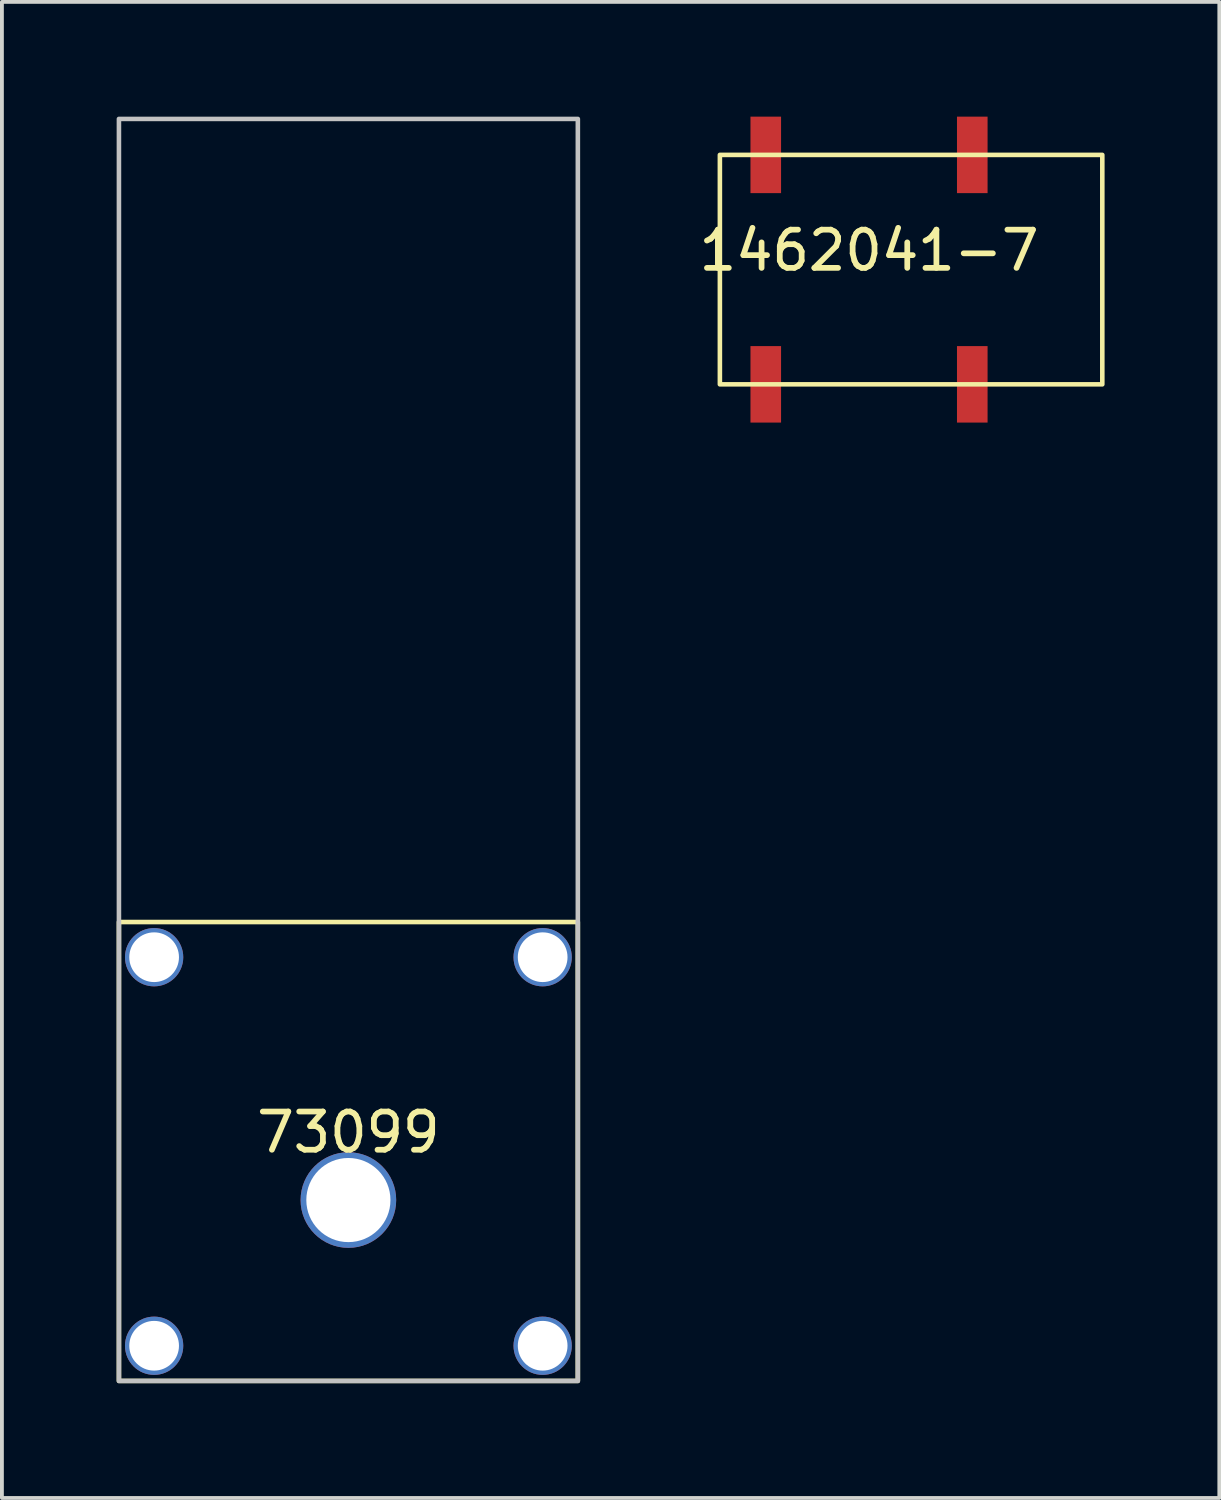
<source format=kicad_pcb>
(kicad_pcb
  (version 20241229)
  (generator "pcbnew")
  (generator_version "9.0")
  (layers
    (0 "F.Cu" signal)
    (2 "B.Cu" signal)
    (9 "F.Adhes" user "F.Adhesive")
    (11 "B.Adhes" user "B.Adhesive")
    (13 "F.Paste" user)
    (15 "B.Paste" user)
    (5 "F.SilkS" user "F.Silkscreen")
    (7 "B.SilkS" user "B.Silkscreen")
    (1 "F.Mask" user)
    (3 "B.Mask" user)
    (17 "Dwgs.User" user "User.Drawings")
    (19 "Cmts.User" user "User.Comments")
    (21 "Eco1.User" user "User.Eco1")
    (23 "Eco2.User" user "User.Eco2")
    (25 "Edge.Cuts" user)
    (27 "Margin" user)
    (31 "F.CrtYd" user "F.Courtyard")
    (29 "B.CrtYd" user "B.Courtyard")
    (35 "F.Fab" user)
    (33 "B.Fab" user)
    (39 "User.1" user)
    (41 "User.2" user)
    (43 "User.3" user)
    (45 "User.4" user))
  (footprint "73099"
    (layer "F.Cu")
    (at 6.06 27.06)
    (property "Reference" "73099" (at 0 -0.5 0) (unlocked yes) (layer "F.SilkS") (effects (font (size 1 1) (thickness 0.15))))
    (attr through_hole)
    (fp_rect (start -6 6) (end 6 -6) (stroke (width 0.12) (type solid)) (fill no) (layer "F.SilkS"))
    (fp_rect (start -6 -27) (end 6 6) (stroke (width 0.12) (type solid)) (fill no) (layer "Dwgs.User"))
    (pad "1" thru_hole circle (at -5.08 -5.08) (size 1.524 1.524) (drill 1.3) (layers "*.Cu" "*.Mask"))
    (pad "1" thru_hole circle (at -5.08 5.08) (size 1.524 1.524) (drill 1.3) (layers "*.Cu" "*.Mask"))
    (pad "1" thru_hole circle (at 0 1.27) (size 2.5 2.5) (drill 2.2) (layers "*.Cu" "*.Mask"))
    (pad "1" thru_hole circle (at 5.08 -5.08) (size 1.524 1.524) (drill 1.3) (layers "*.Cu" "*.Mask"))
    (pad "1" thru_hole circle (at 5.08 5.08) (size 1.524 1.524) (drill 1.3) (layers "*.Cu" "*.Mask")))
  (footprint "1462041-7"
    (layer "F.Cu")
    (at 19.674 4)
    (property "Reference" "1462041-7" (at 0 -0.5 0) (unlocked yes) (layer "F.SilkS") (effects (font (size 1 1) (thickness 0.15))))
    (attr smd)
    (fp_rect (start -3.9 -3) (end 6.1 3) (stroke (width 0.12) (type solid)) (fill no) (layer "F.SilkS"))
    (pad "1" smd rect (at -2.7 -3 90) (size 2 0.8) (layers "F.Cu" "F.Mask" "F.Paste"))
    (pad "3" smd rect (at 2.7 -3 90) (size 2 0.8) (layers "F.Cu" "F.Mask" "F.Paste"))
    (pad "5" smd rect (at 2.7 3 90) (size 2 0.8) (layers "F.Cu" "F.Mask" "F.Paste"))
    (pad "6" smd rect (at -2.7 3 90) (size 2 0.8) (layers "F.Cu" "F.Mask" "F.Paste")))
  (gr_rect
    (start -3 -3)
    (end 28.834 36.12)
    (stroke (width 0.1) (type default))
    (fill no)
    (layer "Edge.Cuts")))
</source>
